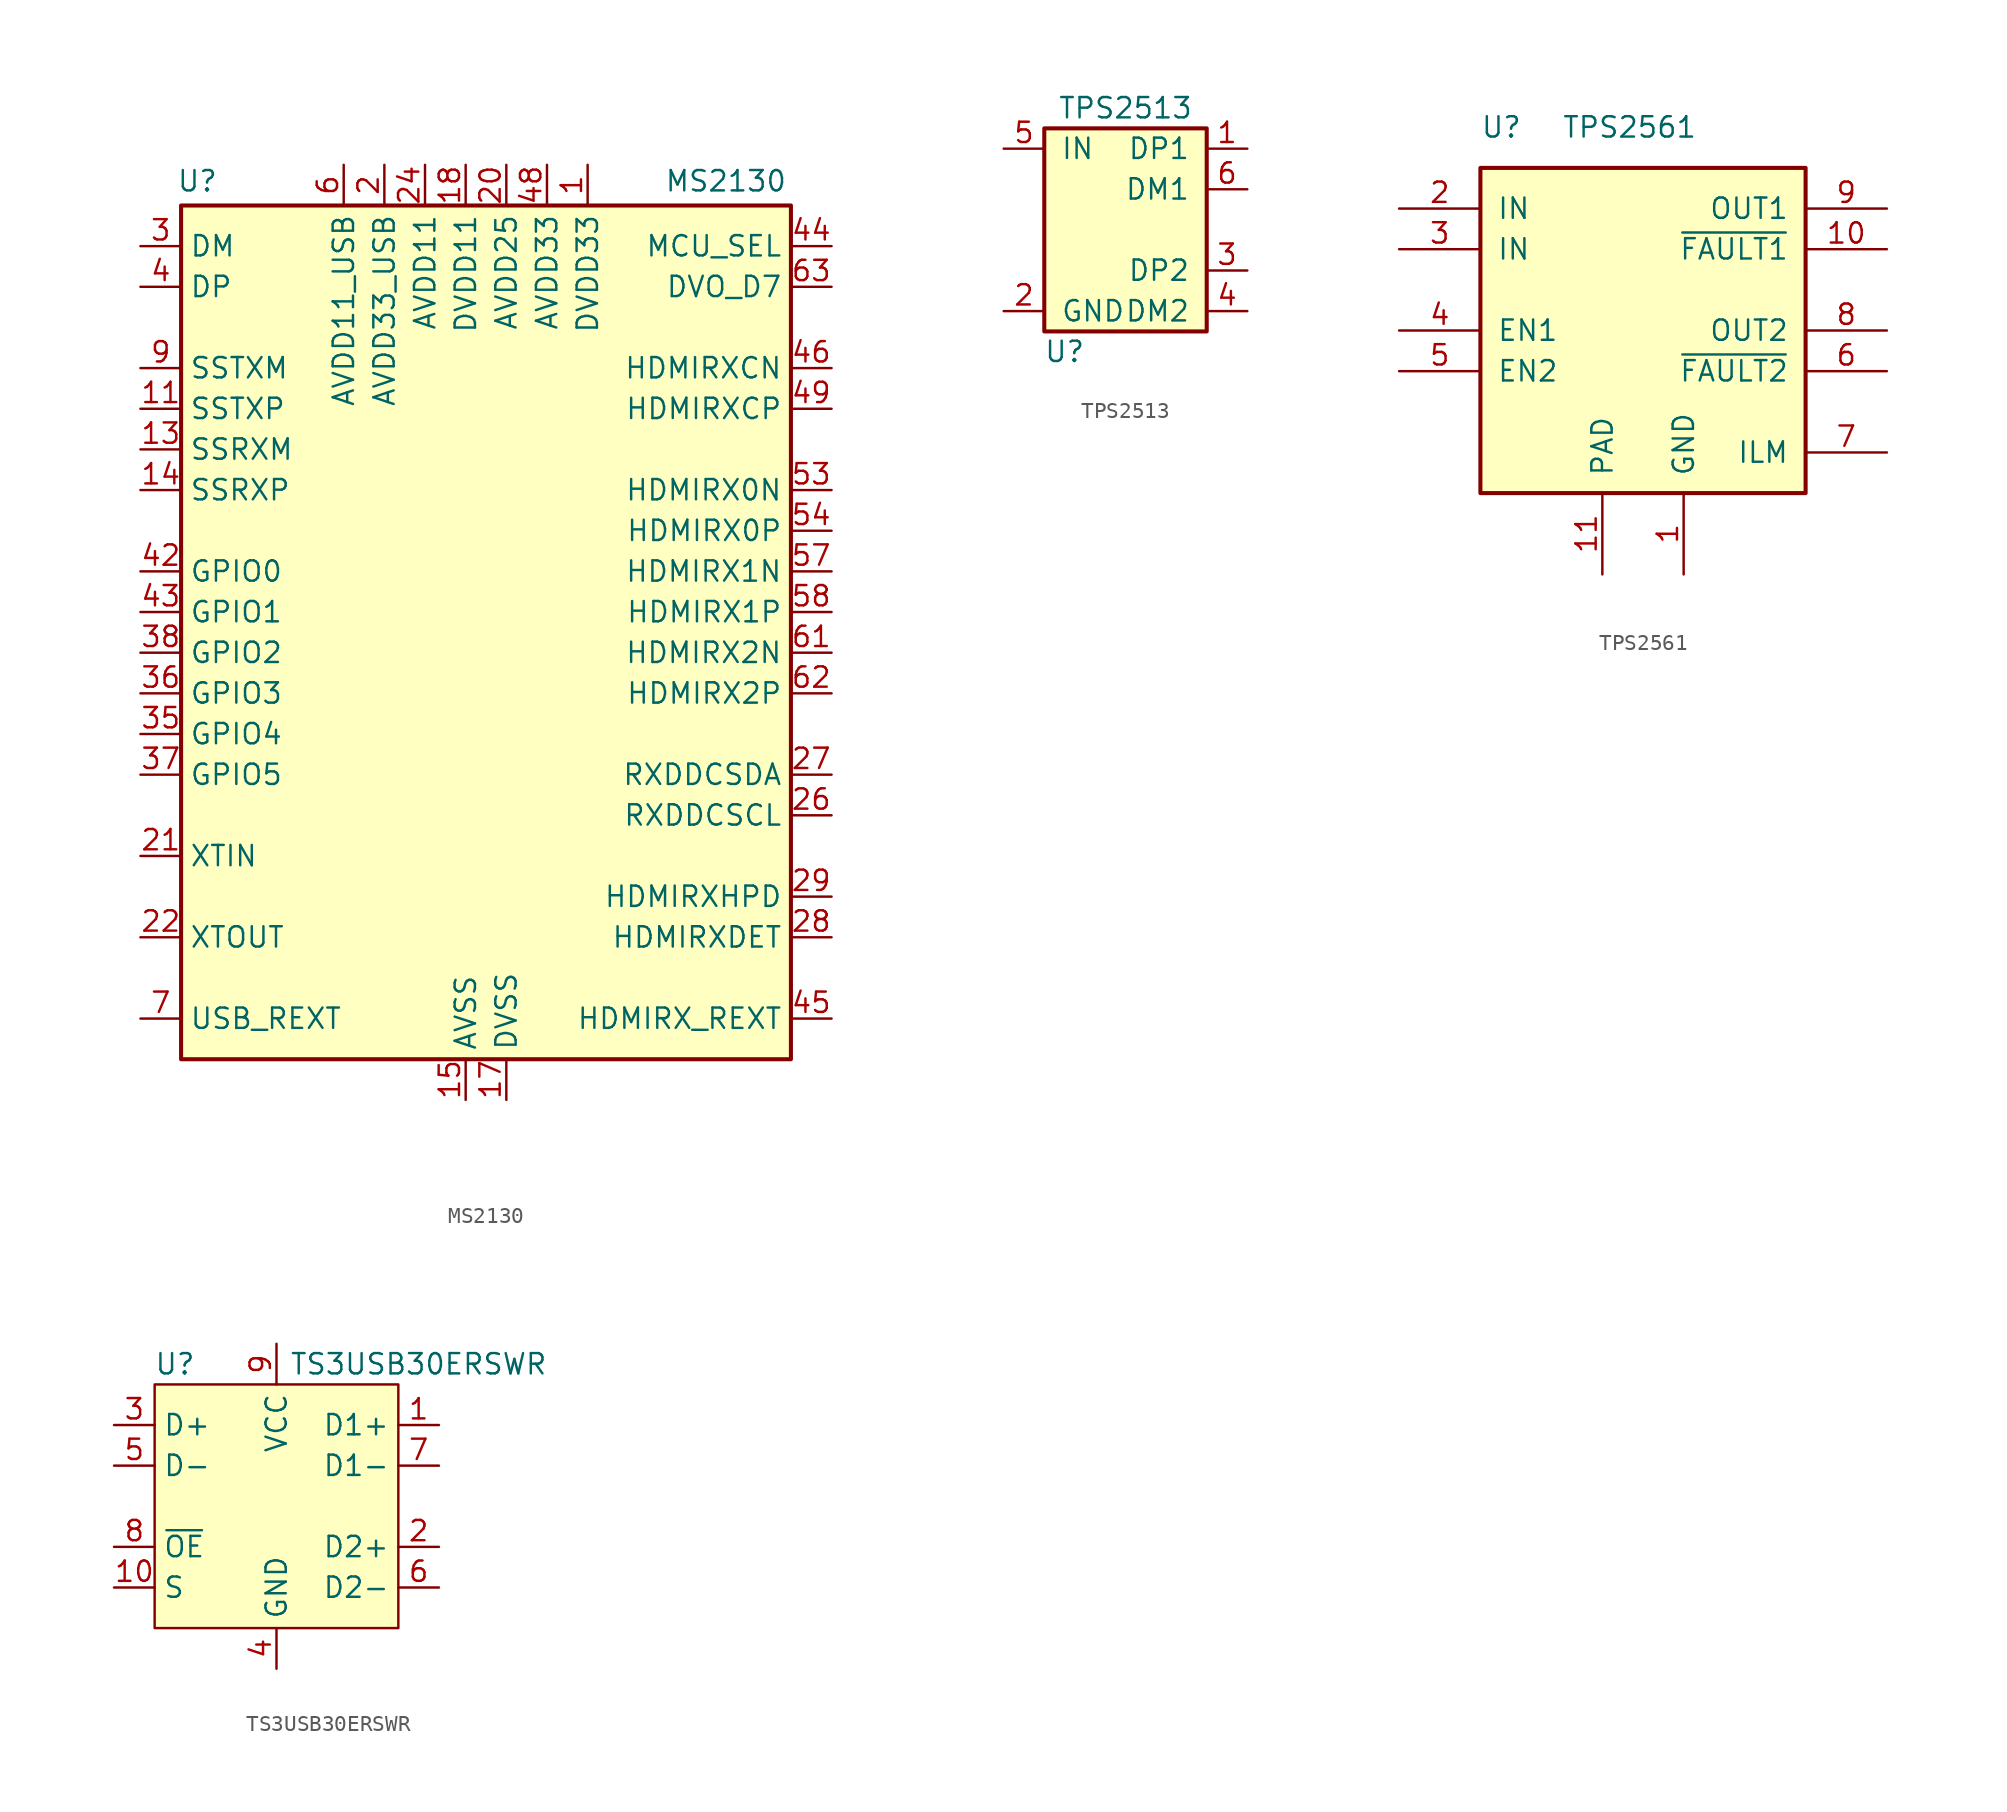
<source format=kicad_sym>
(kicad_symbol_lib
  (version 20241209)
  (generator "kicad_symbol_editor")
  (generator_version "9.0")
  (symbol "MS2130"
    (property "Reference" "U"
      (at -16.764 26.924 0)
      (effects (font (size 1.27 1.27))))
    (property "Value" "MS2130"
      (at 16.256 26.924 0)
      (effects (font (size 1.27 1.27))))
    (symbol "MS2130_1_1"
      (rectangle (start -17.78 25.4) (end 20.32 -27.94) (stroke (width 0.254) (type default)) (fill (type background)))
      (pin bidirectional line (at -20.32 22.86 0) (length 2.54) (name "DM" (effects (font (size 1.27 1.27)))) (number "3" (effects (font (size 1.27 1.27)))))
      (pin bidirectional line (at -20.32 20.32 0) (length 2.54) (name "DP" (effects (font (size 1.27 1.27)))) (number "4" (effects (font (size 1.27 1.27)))))
      (pin output line (at -20.32 15.24 0) (length 2.54) (name "SSTXM" (effects (font (size 1.27 1.27)))) (number "9" (effects (font (size 1.27 1.27)))))
      (pin output line (at -20.32 12.7 0) (length 2.54) (name "SSTXP" (effects (font (size 1.27 1.27)))) (number "11" (effects (font (size 1.27 1.27)))))
      (pin input line (at -20.32 10.16 0) (length 2.54) (name "SSRXM" (effects (font (size 1.27 1.27)))) (number "13" (effects (font (size 1.27 1.27)))))
      (pin input line (at -20.32 7.62 0) (length 2.54) (name "SSRXP" (effects (font (size 1.27 1.27)))) (number "14" (effects (font (size 1.27 1.27)))))
      (pin bidirectional line (at -20.32 2.54 0) (length 2.54) (name "GPIO0" (effects (font (size 1.27 1.27)))) (number "42" (effects (font (size 1.27 1.27)))))
      (pin bidirectional line (at -20.32 0 0) (length 2.54) (name "GPIO1" (effects (font (size 1.27 1.27)))) (number "43" (effects (font (size 1.27 1.27)))))
      (pin bidirectional line (at -20.32 -2.54 0) (length 2.54) (name "GPIO2" (effects (font (size 1.27 1.27)))) (number "38" (effects (font (size 1.27 1.27)))) (alternate "SPICS" output line) (alternate "URTX" output line))
      (pin bidirectional line (at -20.32 -5.08 0) (length 2.54) (name "GPIO3" (effects (font (size 1.27 1.27)))) (number "36" (effects (font (size 1.27 1.27)))) (alternate "SDA" bidirectional line) (alternate "SPISCLK" output line) (alternate "URRX" input line))
      (pin bidirectional line (at -20.32 -7.62 0) (length 2.54) (name "GPIO4" (effects (font (size 1.27 1.27)))) (number "35" (effects (font (size 1.27 1.27)))) (alternate "SCL" output line) (alternate "SPIMOSI" output line))
      (pin bidirectional line (at -20.32 -10.16 0) (length 2.54) (name "GPIO5" (effects (font (size 1.27 1.27)))) (number "37" (effects (font (size 1.27 1.27)))) (alternate "SPIMISO" input line))
      (pin input line (at -20.32 -15.24 0) (length 2.54) (name "XTIN" (effects (font (size 1.27 1.27)))) (number "21" (effects (font (size 1.27 1.27)))))
      (pin output line (at -20.32 -20.32 0) (length 2.54) (name "XTOUT" (effects (font (size 1.27 1.27)))) (number "22" (effects (font (size 1.27 1.27)))))
      (pin output line (at -20.32 -25.4 0) (length 2.54) (name "USB_REXT" (effects (font (size 1.27 1.27)))) (number "7" (effects (font (size 1.27 1.27)))))
      (pin passive line (at -7.62 27.94 270) (length 2.54) (hide yes) (name "AVDD11_USB" (effects (font (size 1.27 1.27)))) (number "10" (effects (font (size 1.27 1.27)))))
      (pin passive line (at -7.62 27.94 270) (length 2.54) (hide yes) (name "AVDD11_USB" (effects (font (size 1.27 1.27)))) (number "12" (effects (font (size 1.27 1.27)))))
      (pin power_in line (at -7.62 27.94 270) (length 2.54) (name "AVDD11_USB" (effects (font (size 1.27 1.27)))) (number "6" (effects (font (size 1.27 1.27)))))
      (pin power_in line (at -5.08 27.94 270) (length 2.54) (name "AVDD33_USB" (effects (font (size 1.27 1.27)))) (number "2" (effects (font (size 1.27 1.27)))))
      (pin passive line (at -5.08 27.94 270) (length 2.54) (hide yes) (name "AVDD33_USB" (effects (font (size 1.27 1.27)))) (number "5" (effects (font (size 1.27 1.27)))))
      (pin passive line (at -5.08 27.94 270) (length 2.54) (hide yes) (name "AVDD33_USB" (effects (font (size 1.27 1.27)))) (number "8" (effects (font (size 1.27 1.27)))))
      (pin power_in line (at -2.54 27.94 270) (length 2.54) (name "AVDD11" (effects (font (size 1.27 1.27)))) (number "24" (effects (font (size 1.27 1.27)))))
      (pin passive line (at -2.54 27.94 270) (length 2.54) (hide yes) (name "AVDD11" (effects (font (size 1.27 1.27)))) (number "51" (effects (font (size 1.27 1.27)))))
      (pin passive line (at -2.54 27.94 270) (length 2.54) (hide yes) (name "AVDD11" (effects (font (size 1.27 1.27)))) (number "55" (effects (font (size 1.27 1.27)))))
      (pin passive line (at -2.54 27.94 270) (length 2.54) (hide yes) (name "AVDD11" (effects (font (size 1.27 1.27)))) (number "59" (effects (font (size 1.27 1.27)))))
      (pin power_in line (at 0 27.94 270) (length 2.54) (name "DVDD11" (effects (font (size 1.27 1.27)))) (number "18" (effects (font (size 1.27 1.27)))))
      (pin passive line (at 0 27.94 270) (length 2.54) (hide yes) (name "DVDD11" (effects (font (size 1.27 1.27)))) (number "39" (effects (font (size 1.27 1.27)))))
      (pin power_in line (at 0 -30.48 90) (length 2.54) (name "AVSS" (effects (font (size 1.27 1.27)))) (number "15" (effects (font (size 1.27 1.27)))))
      (pin passive line (at 0 -30.48 90) (length 2.54) (hide yes) (name "AVSS" (effects (font (size 1.27 1.27)))) (number "19" (effects (font (size 1.27 1.27)))))
      (pin passive line (at 0 -30.48 90) (length 2.54) (hide yes) (name "AVSS" (effects (font (size 1.27 1.27)))) (number "25" (effects (font (size 1.27 1.27)))))
      (pin passive line (at 0 -30.48 90) (length 2.54) (hide yes) (name "AVSS" (effects (font (size 1.27 1.27)))) (number "50" (effects (font (size 1.27 1.27)))))
      (pin passive line (at 0 -30.48 90) (length 2.54) (hide yes) (name "AVSS" (effects (font (size 1.27 1.27)))) (number "65" (effects (font (size 1.27 1.27)))))
      (pin power_in line (at 2.54 27.94 270) (length 2.54) (name "AVDD25" (effects (font (size 1.27 1.27)))) (number "20" (effects (font (size 1.27 1.27)))))
      (pin passive line (at 2.54 27.94 270) (length 2.54) (hide yes) (name "AVDD25" (effects (font (size 1.27 1.27)))) (number "23" (effects (font (size 1.27 1.27)))))
      (pin passive line (at 2.54 27.94 270) (length 2.54) (hide yes) (name "AVDD25" (effects (font (size 1.27 1.27)))) (number "47" (effects (font (size 1.27 1.27)))))
      (pin power_in line (at 2.54 -30.48 90) (length 2.54) (name "DVSS" (effects (font (size 1.27 1.27)))) (number "17" (effects (font (size 1.27 1.27)))))
      (pin passive line (at 2.54 -30.48 90) (length 2.54) (hide yes) (name "DVSS" (effects (font (size 1.27 1.27)))) (number "30" (effects (font (size 1.27 1.27)))))
      (pin passive line (at 2.54 -30.48 90) (length 2.54) (hide yes) (name "DVSS" (effects (font (size 1.27 1.27)))) (number "32" (effects (font (size 1.27 1.27)))))
      (pin passive line (at 2.54 -30.48 90) (length 2.54) (hide yes) (name "DVSS" (effects (font (size 1.27 1.27)))) (number "34" (effects (font (size 1.27 1.27)))))
      (pin passive line (at 2.54 -30.48 90) (length 2.54) (hide yes) (name "DVSS" (effects (font (size 1.27 1.27)))) (number "40" (effects (font (size 1.27 1.27)))))
      (pin passive line (at 2.54 -30.48 90) (length 2.54) (hide yes) (name "DVSS" (effects (font (size 1.27 1.27)))) (number "64" (effects (font (size 1.27 1.27)))))
      (pin power_in line (at 5.08 27.94 270) (length 2.54) (name "AVDD33" (effects (font (size 1.27 1.27)))) (number "48" (effects (font (size 1.27 1.27)))))
      (pin passive line (at 5.08 27.94 270) (length 2.54) (hide yes) (name "AVDD33" (effects (font (size 1.27 1.27)))) (number "52" (effects (font (size 1.27 1.27)))))
      (pin passive line (at 5.08 27.94 270) (length 2.54) (hide yes) (name "AVDD33" (effects (font (size 1.27 1.27)))) (number "56" (effects (font (size 1.27 1.27)))))
      (pin passive line (at 5.08 27.94 270) (length 2.54) (hide yes) (name "AVDD33" (effects (font (size 1.27 1.27)))) (number "60" (effects (font (size 1.27 1.27)))))
      (pin power_in line (at 7.62 27.94 270) (length 2.54) (name "DVDD33" (effects (font (size 1.27 1.27)))) (number "1" (effects (font (size 1.27 1.27)))))
      (pin passive line (at 7.62 27.94 270) (length 2.54) (hide yes) (name "DVDD33" (effects (font (size 1.27 1.27)))) (number "16" (effects (font (size 1.27 1.27)))))
      (pin passive line (at 7.62 27.94 270) (length 2.54) (hide yes) (name "DVDD33" (effects (font (size 1.27 1.27)))) (number "31" (effects (font (size 1.27 1.27)))))
      (pin passive line (at 7.62 27.94 270) (length 2.54) (hide yes) (name "DVDD33" (effects (font (size 1.27 1.27)))) (number "33" (effects (font (size 1.27 1.27)))))
      (pin passive line (at 7.62 27.94 270) (length 2.54) (hide yes) (name "DVDD33" (effects (font (size 1.27 1.27)))) (number "41" (effects (font (size 1.27 1.27)))))
      (pin input line (at 22.86 22.86 180) (length 2.54) (name "MCU_SEL" (effects (font (size 1.27 1.27)))) (number "44" (effects (font (size 1.27 1.27)))))
      (pin output line (at 22.86 20.32 180) (length 2.54) (name "DVO_D7" (effects (font (size 1.27 1.27)))) (number "63" (effects (font (size 1.27 1.27)))))
      (pin input line (at 22.86 15.24 180) (length 2.54) (name "HDMIRXCN" (effects (font (size 1.27 1.27)))) (number "46" (effects (font (size 1.27 1.27)))))
      (pin input line (at 22.86 12.7 180) (length 2.54) (name "HDMIRXCP" (effects (font (size 1.27 1.27)))) (number "49" (effects (font (size 1.27 1.27)))))
      (pin input line (at 22.86 7.62 180) (length 2.54) (name "HDMIRX0N" (effects (font (size 1.27 1.27)))) (number "53" (effects (font (size 1.27 1.27)))))
      (pin input line (at 22.86 5.08 180) (length 2.54) (name "HDMIRX0P" (effects (font (size 1.27 1.27)))) (number "54" (effects (font (size 1.27 1.27)))))
      (pin input line (at 22.86 2.54 180) (length 2.54) (name "HDMIRX1N" (effects (font (size 1.27 1.27)))) (number "57" (effects (font (size 1.27 1.27)))))
      (pin input line (at 22.86 0 180) (length 2.54) (name "HDMIRX1P" (effects (font (size 1.27 1.27)))) (number "58" (effects (font (size 1.27 1.27)))))
      (pin input line (at 22.86 -2.54 180) (length 2.54) (name "HDMIRX2N" (effects (font (size 1.27 1.27)))) (number "61" (effects (font (size 1.27 1.27)))))
      (pin input line (at 22.86 -5.08 180) (length 2.54) (name "HDMIRX2P" (effects (font (size 1.27 1.27)))) (number "62" (effects (font (size 1.27 1.27)))))
      (pin bidirectional line (at 22.86 -10.16 180) (length 2.54) (name "RXDDCSDA" (effects (font (size 1.27 1.27)))) (number "27" (effects (font (size 1.27 1.27)))))
      (pin input line (at 22.86 -12.7 180) (length 2.54) (name "RXDDCSCL" (effects (font (size 1.27 1.27)))) (number "26" (effects (font (size 1.27 1.27)))))
      (pin output line (at 22.86 -17.78 180) (length 2.54) (name "HDMIRXHPD" (effects (font (size 1.27 1.27)))) (number "29" (effects (font (size 1.27 1.27)))))
      (pin input line (at 22.86 -20.32 180) (length 2.54) (name "HDMIRXDET" (effects (font (size 1.27 1.27)))) (number "28" (effects (font (size 1.27 1.27)))))
      (pin output line (at 22.86 -25.4 180) (length 2.54) (name "HDMIRX_REXT" (effects (font (size 1.27 1.27)))) (number "45" (effects (font (size 1.27 1.27)))))))
  (symbol "TPS2513"
    (pin_names
      (offset 1.016))
    (property "Reference" "U"
      (at -3.81 -7.62 0)
      (effects (font (size 1.27 1.27))))
    (property "Value" "TPS2513"
      (at 0 7.62 0)
      (effects (font (size 1.27 1.27))))
    (symbol "TPS2513_0_1"
      (rectangle (start -5.08 6.35) (end 5.08 -6.35) (stroke (width 0.254) (type default)) (fill (type background))))
    (symbol "TPS2513_1_1"
      (pin power_in line (at -7.62 5.08 0) (length 2.54) (name "IN" (effects (font (size 1.27 1.27)))) (number "5" (effects (font (size 1.27 1.27)))))
      (pin power_in line (at -7.62 -5.08 0) (length 2.54) (name "GND" (effects (font (size 1.27 1.27)))) (number "2" (effects (font (size 1.27 1.27)))))
      (pin input line (at 7.62 5.08 180) (length 2.54) (name "DP1" (effects (font (size 1.27 1.27)))) (number "1" (effects (font (size 1.27 1.27)))))
      (pin input line (at 7.62 2.54 180) (length 2.54) (name "DM1" (effects (font (size 1.27 1.27)))) (number "6" (effects (font (size 1.27 1.27)))))
      (pin input line (at 7.62 -2.54 180) (length 2.54) (name "DP2" (effects (font (size 1.27 1.27)))) (number "3" (effects (font (size 1.27 1.27)))))
      (pin input line (at 7.62 -5.08 180) (length 2.54) (name "DM2" (effects (font (size 1.27 1.27)))) (number "4" (effects (font (size 1.27 1.27)))))))
  (symbol "TPS2561"
    (pin_names
      (offset 1.016))
    (property "Reference" "U"
      (at -10.16 12.7 0)
      (effects (font (size 1.27 1.27)) (justify left)))
    (property "Value" "TPS2561"
      (at -5.08 12.7 0)
      (effects (font (size 1.27 1.27)) (justify left)))
    (symbol "TPS2561_0_1"
      (rectangle (start -10.16 10.16) (end 10.16 -10.16) (stroke (width 0.254) (type default)) (fill (type background))))
    (symbol "TPS2561_1_1"
      (pin power_in line (at -15.24 7.62 0) (length 5.08) (name "IN" (effects (font (size 1.27 1.27)))) (number "2" (effects (font (size 1.27 1.27)))))
      (pin power_in line (at -15.24 5.08 0) (length 5.08) (name "IN" (effects (font (size 1.27 1.27)))) (number "3" (effects (font (size 1.27 1.27)))))
      (pin input line (at -15.24 0 0) (length 5.08) (name "EN1" (effects (font (size 1.27 1.27)))) (number "4" (effects (font (size 1.27 1.27)))))
      (pin input line (at -15.24 -2.54 0) (length 5.08) (name "EN2" (effects (font (size 1.27 1.27)))) (number "5" (effects (font (size 1.27 1.27)))))
      (pin power_in line (at -2.54 -15.24 90) (length 5.08) (name "PAD" (effects (font (size 1.27 1.27)))) (number "11" (effects (font (size 1.27 1.27)))))
      (pin power_in line (at 2.54 -15.24 90) (length 5.08) (name "GND" (effects (font (size 1.27 1.27)))) (number "1" (effects (font (size 1.27 1.27)))))
      (pin output line (at 15.24 7.62 180) (length 5.08) (name "OUT1" (effects (font (size 1.27 1.27)))) (number "9" (effects (font (size 1.27 1.27)))))
      (pin output line (at 15.24 5.08 180) (length 5.08) (name "~{FAULT1}" (effects (font (size 1.27 1.27)))) (number "10" (effects (font (size 1.27 1.27)))))
      (pin output line (at 15.24 0 180) (length 5.08) (name "OUT2" (effects (font (size 1.27 1.27)))) (number "8" (effects (font (size 1.27 1.27)))))
      (pin output line (at 15.24 -2.54 180) (length 5.08) (name "~{FAULT2}" (effects (font (size 1.27 1.27)))) (number "6" (effects (font (size 1.27 1.27)))))
      (pin output line (at 15.24 -7.62 180) (length 5.08) (name "ILM" (effects (font (size 1.27 1.27)))) (number "7" (effects (font (size 1.27 1.27)))))))
  (symbol "TS3USB30ERSWR"
    (property "Reference" "U"
      (at -6.35 8.89 0)
      (effects (font (size 1.27 1.27))))
    (property "Value" "TS3USB30ERSWR"
      (at 8.89 8.89 0)
      (effects (font (size 1.27 1.27))))
    (symbol "TS3USB30ERSWR_1_1"
      (rectangle (start -7.62 7.62) (end 7.62 -7.62) (stroke (width 0) (type default)) (fill (type background)))
      (pin bidirectional line (at -10.16 5.08 0) (length 2.54) (name "D+" (effects (font (size 1.27 1.27)))) (number "3" (effects (font (size 1.27 1.27)))))
      (pin bidirectional line (at -10.16 2.54 0) (length 2.54) (name "D-" (effects (font (size 1.27 1.27)))) (number "5" (effects (font (size 1.27 1.27)))))
      (pin input line (at -10.16 -2.54 0) (length 2.54) (name "~{OE}" (effects (font (size 1.27 1.27)))) (number "8" (effects (font (size 1.27 1.27)))))
      (pin input line (at -10.16 -5.08 0) (length 2.54) (name "S" (effects (font (size 1.27 1.27)))) (number "10" (effects (font (size 1.27 1.27)))))
      (pin power_in line (at 0 10.16 270) (length 2.54) (name "VCC" (effects (font (size 1.27 1.27)))) (number "9" (effects (font (size 1.27 1.27)))))
      (pin power_in line (at 0 -10.16 90) (length 2.54) (name "GND" (effects (font (size 1.27 1.27)))) (number "4" (effects (font (size 1.27 1.27)))))
      (pin bidirectional line (at 10.16 5.08 180) (length 2.54) (name "D1+" (effects (font (size 1.27 1.27)))) (number "1" (effects (font (size 1.27 1.27)))))
      (pin bidirectional line (at 10.16 2.54 180) (length 2.54) (name "D1-" (effects (font (size 1.27 1.27)))) (number "7" (effects (font (size 1.27 1.27)))))
      (pin bidirectional line (at 10.16 -2.54 180) (length 2.54) (name "D2+" (effects (font (size 1.27 1.27)))) (number "2" (effects (font (size 1.27 1.27)))))
      (pin bidirectional line (at 10.16 -5.08 180) (length 2.54) (name "D2-" (effects (font (size 1.27 1.27)))) (number "6" (effects (font (size 1.27 1.27))))))))
</source>
